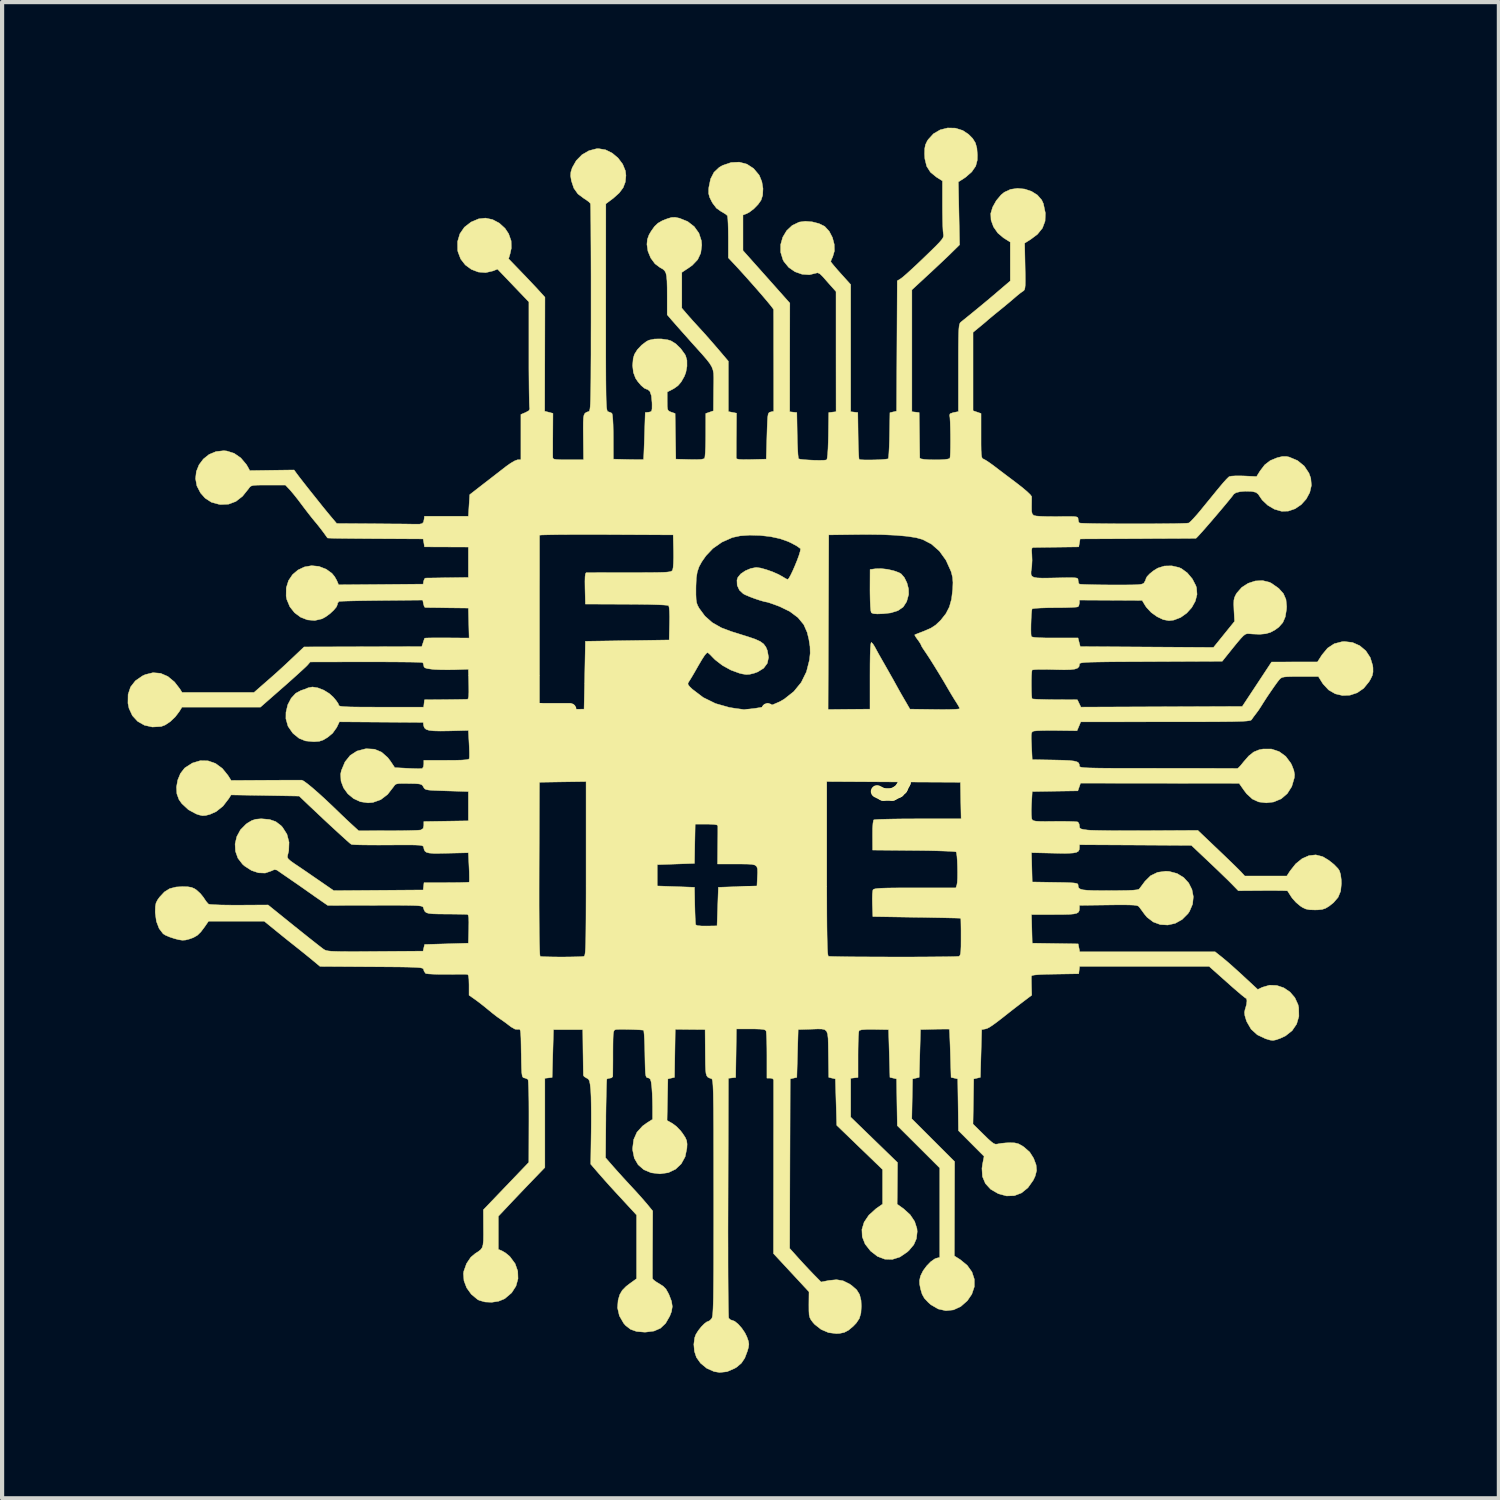
<source format=kicad_pcb>
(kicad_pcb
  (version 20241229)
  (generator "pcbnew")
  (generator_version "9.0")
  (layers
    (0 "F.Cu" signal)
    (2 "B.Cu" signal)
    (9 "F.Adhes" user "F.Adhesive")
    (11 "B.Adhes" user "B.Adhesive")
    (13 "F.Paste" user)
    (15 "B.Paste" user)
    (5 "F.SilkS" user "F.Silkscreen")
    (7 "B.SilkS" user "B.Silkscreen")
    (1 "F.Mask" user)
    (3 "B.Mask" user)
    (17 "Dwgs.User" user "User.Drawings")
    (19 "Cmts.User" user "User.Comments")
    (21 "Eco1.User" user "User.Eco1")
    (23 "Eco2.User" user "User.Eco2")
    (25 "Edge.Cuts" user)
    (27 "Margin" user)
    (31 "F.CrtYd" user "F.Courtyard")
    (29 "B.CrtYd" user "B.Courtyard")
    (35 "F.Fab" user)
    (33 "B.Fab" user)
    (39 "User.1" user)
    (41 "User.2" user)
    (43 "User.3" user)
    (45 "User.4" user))
  (footprint "FSR_Logo"
    (layer "F.Cu")
    (at 14.88 14.722)
    (property "Reference" "FSR_Logo" (at 0 0 0) (layer "F.SilkS") (effects (font (size 1.524 1.524) (thickness 0.3))))
    (attr through_hole)
    (fp_poly (pts (xy 3.261 -4.179) (xy 3.41 -4.145) (xy 3.534 -4.1) (xy 3.586 -4.07) (xy 3.663 -3.981) (xy 3.725 -3.854) (xy 3.762 -3.712) (xy 3.765 -3.581) (xy 3.764 -3.576) (xy 3.717 -3.407) (xy 3.635 -3.28) (xy 3.51 -3.193) (xy 3.338 -3.139) (xy 3.158 -3.119) (xy 3.018 -3.114) (xy 2.93 -3.12) (xy 2.883 -3.137) (xy 2.872 -3.148) (xy 2.861 -3.193) (xy 2.852 -3.291) (xy 2.846 -3.428) (xy 2.843 -3.592) (xy 2.842 -3.683) (xy 2.844 -4.175) (xy 2.979 -4.193) (xy 3.109 -4.196) (xy 3.261 -4.179)) (stroke (width 0.01) (type solid)) (fill yes) (layer "F.SilkS"))
    (fp_poly (pts (xy 4.88 -14.713) (xy 5.057 -14.657) (xy 5.193 -14.567) (xy 5.293 -14.466) (xy 5.359 -14.36) (xy 5.394 -14.234) (xy 5.406 -14.072) (xy 5.403 -13.947) (xy 5.366 -13.806) (xy 5.271 -13.668) (xy 5.123 -13.539) (xy 5.072 -13.505) (xy 4.951 -13.428) (xy 4.966 -12.677) (xy 4.981 -11.927) (xy 4.8 -11.749) (xy 4.713 -11.664) (xy 4.592 -11.549) (xy 4.45 -11.416) (xy 4.302 -11.277) (xy 4.231 -11.212) (xy 3.842 -10.852) (xy 3.842 -7.942) (xy 3.929 -7.932) (xy 4.016 -7.922) (xy 4.023 -7.398) (xy 4.025 -7.22) (xy 4.027 -7.063) (xy 4.029 -6.938) (xy 4.03 -6.858) (xy 4.031 -6.834) (xy 4.06 -6.817) (xy 4.138 -6.804) (xy 4.249 -6.796) (xy 4.376 -6.793) (xy 4.505 -6.794) (xy 4.621 -6.801) (xy 4.707 -6.813) (xy 4.749 -6.83) (xy 4.749 -6.83) (xy 4.756 -6.873) (xy 4.761 -6.966) (xy 4.764 -7.094) (xy 4.765 -7.245) (xy 4.764 -7.405) (xy 4.761 -7.559) (xy 4.757 -7.695) (xy 4.751 -7.798) (xy 4.743 -7.856) (xy 4.742 -7.859) (xy 4.755 -7.895) (xy 4.829 -7.921) (xy 4.839 -7.923) (xy 4.953 -7.945) (xy 4.953 -8.989) (xy 4.953 -9.276) (xy 4.954 -9.506) (xy 4.956 -9.686) (xy 4.959 -9.822) (xy 4.964 -9.921) (xy 4.971 -9.989) (xy 4.981 -10.034) (xy 4.993 -10.061) (xy 5.008 -10.078) (xy 5.009 -10.079) (xy 5.057 -10.118) (xy 5.141 -10.186) (xy 5.245 -10.27) (xy 5.302 -10.317) (xy 5.423 -10.416) (xy 5.573 -10.54) (xy 5.731 -10.672) (xy 5.866 -10.787) (xy 6.191 -11.064) (xy 6.191 -11.992) (xy 6.031 -12.092) (xy 5.894 -12.208) (xy 5.791 -12.355) (xy 5.732 -12.518) (xy 5.725 -12.675) (xy 5.77 -12.826) (xy 5.857 -12.982) (xy 5.972 -13.119) (xy 6.049 -13.182) (xy 6.198 -13.251) (xy 6.365 -13.275) (xy 6.536 -13.258) (xy 6.699 -13.203) (xy 6.838 -13.116) (xy 6.941 -12.998) (xy 6.982 -12.909) (xy 7.029 -12.685) (xy 7.022 -12.493) (xy 6.959 -12.325) (xy 6.839 -12.177) (xy 6.676 -12.055) (xy 6.534 -11.966) (xy 6.545 -11.41) (xy 6.549 -11.209) (xy 6.55 -11.063) (xy 6.548 -10.961) (xy 6.541 -10.895) (xy 6.53 -10.855) (xy 6.513 -10.832) (xy 6.495 -10.82) (xy 6.436 -10.779) (xy 6.354 -10.713) (xy 6.304 -10.67) (xy 6.222 -10.599) (xy 6.108 -10.504) (xy 5.983 -10.401) (xy 5.921 -10.351) (xy 5.814 -10.264) (xy 5.726 -10.191) (xy 5.668 -10.143) (xy 5.652 -10.129) (xy 5.621 -10.101) (xy 5.555 -10.045) (xy 5.469 -9.974) (xy 5.302 -9.837) (xy 5.302 -7.966) (xy 5.493 -7.9) (xy 5.493 -7.365) (xy 5.493 -7.168) (xy 5.495 -7.026) (xy 5.5 -6.929) (xy 5.508 -6.868) (xy 5.521 -6.833) (xy 5.54 -6.817) (xy 5.552 -6.812) (xy 5.605 -6.784) (xy 5.69 -6.728) (xy 5.79 -6.656) (xy 5.798 -6.65) (xy 5.896 -6.575) (xy 6.028 -6.475) (xy 6.178 -6.362) (xy 6.328 -6.249) (xy 6.342 -6.238) (xy 6.481 -6.13) (xy 6.592 -6.036) (xy 6.668 -5.963) (xy 6.701 -5.918) (xy 6.702 -5.914) (xy 6.702 -5.852) (xy 6.701 -5.752) (xy 6.7 -5.678) (xy 6.701 -5.569) (xy 6.714 -5.506) (xy 6.745 -5.471) (xy 6.756 -5.465) (xy 6.812 -5.452) (xy 6.921 -5.444) (xy 7.075 -5.439) (xy 7.263 -5.438) (xy 7.314 -5.438) (xy 7.501 -5.441) (xy 7.634 -5.441) (xy 7.722 -5.438) (xy 7.775 -5.43) (xy 7.801 -5.417) (xy 7.81 -5.397) (xy 7.811 -5.376) (xy 7.823 -5.312) (xy 7.842 -5.286) (xy 7.881 -5.281) (xy 7.976 -5.277) (xy 8.117 -5.273) (xy 8.297 -5.27) (xy 8.507 -5.268) (xy 8.74 -5.266) (xy 8.986 -5.265) (xy 9.237 -5.265) (xy 9.485 -5.265) (xy 9.722 -5.267) (xy 9.94 -5.269) (xy 10.129 -5.271) (xy 10.283 -5.275) (xy 10.392 -5.279) (xy 10.448 -5.284) (xy 10.453 -5.285) (xy 10.493 -5.318) (xy 10.563 -5.39) (xy 10.653 -5.49) (xy 10.753 -5.609) (xy 10.754 -5.611) (xy 10.873 -5.757) (xy 11 -5.912) (xy 11.117 -6.056) (xy 11.186 -6.139) (xy 11.273 -6.243) (xy 11.35 -6.328) (xy 11.405 -6.382) (xy 11.42 -6.393) (xy 11.472 -6.404) (xy 11.57 -6.41) (xy 11.698 -6.41) (xy 11.771 -6.408) (xy 12.072 -6.394) (xy 12.152 -6.523) (xy 12.266 -6.673) (xy 12.398 -6.775) (xy 12.563 -6.843) (xy 12.687 -6.873) (xy 12.787 -6.873) (xy 12.849 -6.86) (xy 13.049 -6.776) (xy 13.209 -6.646) (xy 13.322 -6.476) (xy 13.366 -6.355) (xy 13.381 -6.183) (xy 13.342 -6.014) (xy 13.258 -5.858) (xy 13.139 -5.725) (xy 12.992 -5.625) (xy 12.828 -5.569) (xy 12.669 -5.565) (xy 12.499 -5.614) (xy 12.338 -5.709) (xy 12.207 -5.833) (xy 12.168 -5.889) (xy 12.112 -5.972) (xy 12.059 -6.015) (xy 11.982 -6.035) (xy 11.928 -6.041) (xy 11.8 -6.044) (xy 11.678 -6.033) (xy 11.581 -6.009) (xy 11.529 -5.976) (xy 11.529 -5.976) (xy 11.488 -5.92) (xy 11.416 -5.831) (xy 11.322 -5.717) (xy 11.212 -5.586) (xy 11.094 -5.447) (xy 10.975 -5.308) (xy 10.863 -5.179) (xy 10.764 -5.067) (xy 10.686 -4.981) (xy 10.637 -4.93) (xy 10.623 -4.919) (xy 10.585 -4.919) (xy 10.49 -4.918) (xy 10.345 -4.917) (xy 10.157 -4.916) (xy 9.932 -4.915) (xy 9.676 -4.914) (xy 9.398 -4.912) (xy 9.224 -4.911) (xy 7.859 -4.905) (xy 7.826 -4.715) (xy 7.302 -4.708) (xy 7.124 -4.706) (xy 6.966 -4.704) (xy 6.84 -4.702) (xy 6.759 -4.701) (xy 6.734 -4.7) (xy 6.709 -4.684) (xy 6.701 -4.631) (xy 6.707 -4.532) (xy 6.712 -4.396) (xy 6.705 -4.253) (xy 6.699 -4.207) (xy 6.687 -4.122) (xy 6.687 -4.059) (xy 6.707 -4.016) (xy 6.754 -3.989) (xy 6.836 -3.974) (xy 6.961 -3.969) (xy 7.136 -3.971) (xy 7.278 -3.974) (xy 7.473 -3.978) (xy 7.613 -3.98) (xy 7.708 -3.978) (xy 7.766 -3.973) (xy 7.797 -3.961) (xy 7.809 -3.944) (xy 7.81 -3.919) (xy 7.811 -3.916) (xy 7.822 -3.852) (xy 7.84 -3.827) (xy 7.879 -3.822) (xy 7.972 -3.817) (xy 8.11 -3.813) (xy 8.284 -3.809) (xy 8.484 -3.807) (xy 8.608 -3.806) (xy 8.845 -3.806) (xy 9.026 -3.807) (xy 9.16 -3.809) (xy 9.254 -3.814) (xy 9.316 -3.822) (xy 9.355 -3.834) (xy 9.379 -3.849) (xy 9.388 -3.86) (xy 9.422 -3.921) (xy 9.43 -3.953) (xy 9.455 -4.003) (xy 9.519 -4.071) (xy 9.608 -4.143) (xy 9.706 -4.204) (xy 9.716 -4.209) (xy 9.871 -4.258) (xy 10.047 -4.262) (xy 10.219 -4.223) (xy 10.279 -4.196) (xy 10.418 -4.094) (xy 10.538 -3.951) (xy 10.622 -3.789) (xy 10.638 -3.739) (xy 10.65 -3.58) (xy 10.609 -3.419) (xy 10.524 -3.266) (xy 10.404 -3.133) (xy 10.258 -3.029) (xy 10.096 -2.967) (xy 9.98 -2.953) (xy 9.844 -2.978) (xy 9.697 -3.048) (xy 9.557 -3.148) (xy 9.445 -3.268) (xy 9.415 -3.311) (xy 9.34 -3.437) (xy 8.591 -3.441) (xy 7.842 -3.445) (xy 7.842 -3.375) (xy 7.828 -3.31) (xy 7.807 -3.284) (xy 7.765 -3.277) (xy 7.671 -3.271) (xy 7.536 -3.266) (xy 7.372 -3.263) (xy 7.251 -3.263) (xy 7.072 -3.261) (xy 6.919 -3.256) (xy 6.8 -3.249) (xy 6.729 -3.24) (xy 6.712 -3.233) (xy 6.703 -3.189) (xy 6.695 -3.099) (xy 6.689 -2.981) (xy 6.685 -2.852) (xy 6.684 -2.731) (xy 6.686 -2.635) (xy 6.692 -2.581) (xy 6.692 -2.58) (xy 6.715 -2.564) (xy 6.775 -2.553) (xy 6.879 -2.546) (xy 7.033 -2.541) (xy 7.244 -2.54) (xy 7.257 -2.54) (xy 7.809 -2.54) (xy 7.835 -2.437) (xy 7.862 -2.334) (xy 9.453 -2.324) (xy 11.043 -2.314) (xy 11.295 -2.626) (xy 11.547 -2.937) (xy 11.532 -3.209) (xy 11.527 -3.346) (xy 11.53 -3.439) (xy 11.545 -3.507) (xy 11.575 -3.57) (xy 11.601 -3.614) (xy 11.719 -3.748) (xy 11.87 -3.845) (xy 12.041 -3.901) (xy 12.216 -3.91) (xy 12.38 -3.87) (xy 12.432 -3.843) (xy 12.601 -3.724) (xy 12.713 -3.599) (xy 12.774 -3.458) (xy 12.79 -3.289) (xy 12.786 -3.224) (xy 12.757 -3.044) (xy 12.699 -2.908) (xy 12.603 -2.799) (xy 12.51 -2.731) (xy 12.404 -2.674) (xy 12.289 -2.641) (xy 12.151 -2.628) (xy 11.973 -2.635) (xy 11.887 -2.642) (xy 11.845 -2.642) (xy 11.804 -2.628) (xy 11.757 -2.593) (xy 11.695 -2.528) (xy 11.609 -2.427) (xy 11.52 -2.318) (xy 11.252 -1.984) (xy 9.547 -1.976) (xy 9.175 -1.974) (xy 8.861 -1.973) (xy 8.601 -1.971) (xy 8.389 -1.968) (xy 8.221 -1.965) (xy 8.092 -1.962) (xy 7.996 -1.957) (xy 7.928 -1.951) (xy 7.884 -1.944) (xy 7.858 -1.935) (xy 7.846 -1.924) (xy 7.842 -1.912) (xy 7.842 -1.906) (xy 7.833 -1.857) (xy 7.799 -1.821) (xy 7.733 -1.797) (xy 7.629 -1.784) (xy 7.478 -1.78) (xy 7.273 -1.784) (xy 7.217 -1.786) (xy 7.035 -1.79) (xy 6.885 -1.79) (xy 6.776 -1.785) (xy 6.718 -1.777) (xy 6.712 -1.773) (xy 6.704 -1.73) (xy 6.698 -1.641) (xy 6.695 -1.524) (xy 6.695 -1.395) (xy 6.697 -1.27) (xy 6.701 -1.167) (xy 6.708 -1.101) (xy 6.712 -1.088) (xy 6.748 -1.082) (xy 6.837 -1.076) (xy 6.967 -1.072) (xy 7.129 -1.068) (xy 7.262 -1.067) (xy 7.794 -1.064) (xy 7.836 -0.976) (xy 7.878 -0.889) (xy 9.804 -0.897) (xy 11.73 -0.905) (xy 12.08 -1.435) (xy 12.43 -1.966) (xy 12.978 -1.967) (xy 13.526 -1.968) (xy 13.633 -2.135) (xy 13.767 -2.297) (xy 13.926 -2.402) (xy 14.114 -2.451) (xy 14.169 -2.455) (xy 14.363 -2.432) (xy 14.536 -2.355) (xy 14.681 -2.233) (xy 14.786 -2.073) (xy 14.844 -1.884) (xy 14.851 -1.829) (xy 14.852 -1.727) (xy 14.835 -1.644) (xy 14.79 -1.551) (xy 14.756 -1.494) (xy 14.629 -1.338) (xy 14.474 -1.231) (xy 14.302 -1.174) (xy 14.124 -1.166) (xy 13.95 -1.207) (xy 13.792 -1.299) (xy 13.66 -1.441) (xy 13.642 -1.468) (xy 13.548 -1.619) (xy 13.114 -1.619) (xy 12.939 -1.619) (xy 12.816 -1.616) (xy 12.734 -1.609) (xy 12.681 -1.597) (xy 12.646 -1.577) (xy 12.617 -1.548) (xy 12.617 -1.548) (xy 12.568 -1.486) (xy 12.496 -1.386) (xy 12.411 -1.263) (xy 12.322 -1.132) (xy 12.242 -1.008) (xy 12.18 -0.909) (xy 12.118 -0.814) (xy 12.053 -0.727) (xy 11.996 -0.652) (xy 11.954 -0.591) (xy 11.943 -0.58) (xy 11.923 -0.571) (xy 11.887 -0.564) (xy 11.832 -0.557) (xy 11.752 -0.552) (xy 11.645 -0.548) (xy 11.503 -0.544) (xy 11.324 -0.542) (xy 11.103 -0.54) (xy 10.834 -0.539) (xy 10.514 -0.538) (xy 10.137 -0.538) (xy 9.898 -0.538) (xy 7.874 -0.537) (xy 7.83 -0.431) (xy 7.785 -0.325) (xy 7.298 -0.331) (xy 7.124 -0.332) (xy 6.968 -0.33) (xy 6.845 -0.326) (xy 6.766 -0.319) (xy 6.747 -0.315) (xy 6.719 -0.301) (xy 6.701 -0.275) (xy 6.693 -0.224) (xy 6.692 -0.136) (xy 6.698 0.001) (xy 6.699 0.036) (xy 6.715 0.365) (xy 7.237 0.374) (xy 7.449 0.379) (xy 7.605 0.386) (xy 7.715 0.399) (xy 7.785 0.418) (xy 7.824 0.445) (xy 7.84 0.483) (xy 7.842 0.512) (xy 7.844 0.524) (xy 7.853 0.535) (xy 7.874 0.544) (xy 7.911 0.551) (xy 7.97 0.557) (xy 8.054 0.562) (xy 8.17 0.565) (xy 8.321 0.568) (xy 8.512 0.57) (xy 8.749 0.571) (xy 9.035 0.571) (xy 9.376 0.571) (xy 9.716 0.572) (xy 10.055 0.572) (xy 10.375 0.572) (xy 10.671 0.572) (xy 10.936 0.573) (xy 11.166 0.574) (xy 11.354 0.574) (xy 11.495 0.575) (xy 11.583 0.576) (xy 11.613 0.577) (xy 11.643 0.557) (xy 11.698 0.498) (xy 11.763 0.417) (xy 11.886 0.276) (xy 12.003 0.183) (xy 12.132 0.13) (xy 12.228 0.111) (xy 12.429 0.112) (xy 12.611 0.173) (xy 12.767 0.286) (xy 12.889 0.449) (xy 12.914 0.499) (xy 12.962 0.623) (xy 12.979 0.722) (xy 12.973 0.799) (xy 12.912 1.007) (xy 12.805 1.176) (xy 12.659 1.301) (xy 12.479 1.376) (xy 12.303 1.397) (xy 12.123 1.375) (xy 11.971 1.305) (xy 11.835 1.18) (xy 11.77 1.094) (xy 11.655 0.93) (xy 9.762 0.928) (xy 7.869 0.926) (xy 7.837 1.018) (xy 7.805 1.11) (xy 7.26 1.118) (xy 6.715 1.127) (xy 6.698 1.429) (xy 6.693 1.567) (xy 6.695 1.685) (xy 6.702 1.766) (xy 6.708 1.788) (xy 6.723 1.809) (xy 6.751 1.824) (xy 6.802 1.834) (xy 6.885 1.839) (xy 7.009 1.841) (xy 7.185 1.84) (xy 7.253 1.839) (xy 7.43 1.838) (xy 7.585 1.84) (xy 7.708 1.844) (xy 7.785 1.85) (xy 7.807 1.855) (xy 7.835 1.901) (xy 7.842 1.95) (xy 7.848 1.992) (xy 7.876 2.017) (xy 7.941 2.033) (xy 8.038 2.046) (xy 8.114 2.051) (xy 8.245 2.055) (xy 8.423 2.058) (xy 8.639 2.061) (xy 8.885 2.062) (xy 9.153 2.062) (xy 9.433 2.061) (xy 9.452 2.061) (xy 10.67 2.054) (xy 11.15 2.511) (xy 11.3 2.654) (xy 11.439 2.788) (xy 11.558 2.903) (xy 11.649 2.993) (xy 11.704 3.049) (xy 11.71 3.056) (xy 11.79 3.143) (xy 12.794 3.143) (xy 12.871 3.024) (xy 13.006 2.853) (xy 13.159 2.729) (xy 13.322 2.657) (xy 13.486 2.639) (xy 13.644 2.679) (xy 13.662 2.687) (xy 13.797 2.769) (xy 13.921 2.868) (xy 14.016 2.966) (xy 14.05 3.018) (xy 14.078 3.107) (xy 14.094 3.235) (xy 14.097 3.323) (xy 14.079 3.505) (xy 14.018 3.653) (xy 13.908 3.781) (xy 13.804 3.863) (xy 13.72 3.914) (xy 13.639 3.941) (xy 13.534 3.952) (xy 13.462 3.953) (xy 13.337 3.949) (xy 13.247 3.931) (xy 13.168 3.894) (xy 13.114 3.858) (xy 13.014 3.774) (xy 12.924 3.674) (xy 12.898 3.636) (xy 12.849 3.559) (xy 12.817 3.508) (xy 12.81 3.498) (xy 12.777 3.495) (xy 12.69 3.492) (xy 12.561 3.491) (xy 12.398 3.49) (xy 12.218 3.491) (xy 11.636 3.495) (xy 11.477 3.332) (xy 11.4 3.254) (xy 11.287 3.145) (xy 11.153 3.015) (xy 11.007 2.876) (xy 10.917 2.791) (xy 10.516 2.412) (xy 9.179 2.404) (xy 7.842 2.397) (xy 7.842 2.465) (xy 7.837 2.516) (xy 7.816 2.553) (xy 7.77 2.579) (xy 7.693 2.594) (xy 7.575 2.601) (xy 7.409 2.602) (xy 7.222 2.598) (xy 6.697 2.586) (xy 6.715 3.286) (xy 7.263 3.295) (xy 7.462 3.298) (xy 7.606 3.303) (xy 7.704 3.309) (xy 7.765 3.318) (xy 7.797 3.33) (xy 7.809 3.348) (xy 7.811 3.36) (xy 7.814 3.402) (xy 7.831 3.434) (xy 7.868 3.457) (xy 7.932 3.474) (xy 8.031 3.484) (xy 8.173 3.49) (xy 8.365 3.492) (xy 8.562 3.493) (xy 8.805 3.491) (xy 8.99 3.488) (xy 9.124 3.482) (xy 9.211 3.473) (xy 9.259 3.46) (xy 9.269 3.453) (xy 9.306 3.406) (xy 9.364 3.328) (xy 9.407 3.27) (xy 9.541 3.137) (xy 9.71 3.055) (xy 9.904 3.029) (xy 9.985 3.034) (xy 10.174 3.084) (xy 10.331 3.179) (xy 10.451 3.31) (xy 10.529 3.466) (xy 10.562 3.638) (xy 10.544 3.815) (xy 10.471 3.987) (xy 10.434 4.042) (xy 10.293 4.183) (xy 10.129 4.274) (xy 9.952 4.313) (xy 9.773 4.303) (xy 9.605 4.241) (xy 9.457 4.128) (xy 9.396 4.055) (xy 9.333 3.968) (xy 9.28 3.897) (xy 9.261 3.873) (xy 9.239 3.858) (xy 9.199 3.846) (xy 9.132 3.838) (xy 9.03 3.834) (xy 8.885 3.832) (xy 8.691 3.833) (xy 8.532 3.835) (xy 7.842 3.844) (xy 7.842 3.916) (xy 7.838 3.967) (xy 7.82 4.005) (xy 7.78 4.032) (xy 7.709 4.049) (xy 7.6 4.059) (xy 7.444 4.063) (xy 7.233 4.064) (xy 7.232 4.064) (xy 6.697 4.064) (xy 6.706 4.405) (xy 6.715 4.747) (xy 7.812 4.764) (xy 7.831 4.859) (xy 7.85 4.953) (xy 11.082 4.953) (xy 11.252 5.088) (xy 11.34 5.161) (xy 11.459 5.264) (xy 11.595 5.386) (xy 11.735 5.513) (xy 11.761 5.538) (xy 12.1 5.852) (xy 12.21 5.8) (xy 12.382 5.75) (xy 12.556 5.757) (xy 12.722 5.813) (xy 12.869 5.912) (xy 12.986 6.048) (xy 13.062 6.214) (xy 13.078 6.287) (xy 13.082 6.494) (xy 13.028 6.679) (xy 12.92 6.837) (xy 12.761 6.962) (xy 12.638 7.019) (xy 12.536 7.055) (xy 12.465 7.069) (xy 12.395 7.061) (xy 12.298 7.032) (xy 12.287 7.029) (xy 12.091 6.936) (xy 11.941 6.8) (xy 11.838 6.622) (xy 11.825 6.586) (xy 11.792 6.476) (xy 11.784 6.398) (xy 11.798 6.326) (xy 11.805 6.308) (xy 11.832 6.209) (xy 11.842 6.124) (xy 11.832 6.072) (xy 11.819 6.064) (xy 11.789 6.044) (xy 11.719 5.988) (xy 11.619 5.903) (xy 11.495 5.796) (xy 11.368 5.683) (xy 10.94 5.302) (xy 9.393 5.302) (xy 7.846 5.302) (xy 7.836 5.39) (xy 7.826 5.477) (xy 7.263 5.486) (xy 7.046 5.49) (xy 6.886 5.497) (xy 6.779 5.506) (xy 6.717 5.517) (xy 6.696 5.532) (xy 6.696 5.533) (xy 6.695 5.583) (xy 6.696 5.676) (xy 6.698 5.781) (xy 6.704 5.989) (xy 6.519 6.129) (xy 6.395 6.223) (xy 6.263 6.325) (xy 6.172 6.396) (xy 6 6.532) (xy 5.869 6.633) (xy 5.771 6.704) (xy 5.7 6.751) (xy 5.647 6.779) (xy 5.605 6.793) (xy 5.596 6.795) (xy 5.509 6.811) (xy 5.477 7.951) (xy 5.318 7.988) (xy 5.31 8.526) (xy 5.301 9.065) (xy 5.554 9.315) (xy 5.666 9.424) (xy 5.745 9.494) (xy 5.8 9.533) (xy 5.844 9.547) (xy 5.885 9.543) (xy 5.896 9.54) (xy 5.977 9.526) (xy 6.092 9.515) (xy 6.175 9.512) (xy 6.295 9.515) (xy 6.383 9.536) (xy 6.471 9.583) (xy 6.52 9.616) (xy 6.655 9.735) (xy 6.749 9.883) (xy 6.75 9.886) (xy 6.808 10.041) (xy 6.82 10.175) (xy 6.786 10.309) (xy 6.739 10.408) (xy 6.613 10.586) (xy 6.461 10.71) (xy 6.289 10.776) (xy 6.102 10.782) (xy 5.904 10.728) (xy 5.903 10.727) (xy 5.722 10.622) (xy 5.597 10.485) (xy 5.527 10.319) (xy 5.515 10.125) (xy 5.529 10.024) (xy 5.566 9.837) (xy 5.26 9.53) (xy 4.954 9.223) (xy 4.946 8.606) (xy 4.937 7.988) (xy 4.778 7.951) (xy 4.761 7.381) (xy 4.755 7.197) (xy 4.749 7.038) (xy 4.744 6.912) (xy 4.739 6.829) (xy 4.737 6.801) (xy 4.705 6.798) (xy 4.622 6.798) (xy 4.503 6.799) (xy 4.389 6.801) (xy 4.048 6.81) (xy 4.032 7.38) (xy 4.016 7.951) (xy 3.937 7.969) (xy 3.858 7.988) (xy 3.849 8.464) (xy 3.84 8.94) (xy 4.862 9.962) (xy 4.859 11.088) (xy 4.856 12.214) (xy 4.994 12.301) (xy 5.162 12.438) (xy 5.276 12.597) (xy 5.333 12.77) (xy 5.333 12.95) (xy 5.273 13.128) (xy 5.166 13.285) (xy 5.007 13.424) (xy 4.834 13.503) (xy 4.653 13.522) (xy 4.471 13.481) (xy 4.295 13.379) (xy 4.233 13.324) (xy 4.141 13.226) (xy 4.086 13.127) (xy 4.05 13.006) (xy 4.027 12.889) (xy 4.024 12.803) (xy 4.042 12.719) (xy 4.054 12.681) (xy 4.11 12.568) (xy 4.195 12.453) (xy 4.292 12.353) (xy 4.388 12.285) (xy 4.428 12.269) (xy 4.508 12.249) (xy 4.508 10.115) (xy 4.001 9.609) (xy 3.494 9.104) (xy 3.485 8.546) (xy 3.477 7.988) (xy 3.397 7.969) (xy 3.318 7.951) (xy 3.302 7.382) (xy 3.286 6.812) (xy 2.945 6.806) (xy 2.765 6.806) (xy 2.646 6.814) (xy 2.586 6.831) (xy 2.58 6.837) (xy 2.572 6.88) (xy 2.565 6.975) (xy 2.56 7.11) (xy 2.557 7.276) (xy 2.556 7.414) (xy 2.556 7.953) (xy 2.469 7.963) (xy 2.381 7.973) (xy 2.381 8.9) (xy 3.499 9.985) (xy 3.495 10.482) (xy 3.49 10.978) (xy 3.645 11.089) (xy 3.8 11.23) (xy 3.908 11.391) (xy 3.963 11.562) (xy 3.969 11.635) (xy 3.95 11.803) (xy 3.888 11.946) (xy 3.775 12.081) (xy 3.733 12.12) (xy 3.557 12.24) (xy 3.377 12.297) (xy 3.196 12.292) (xy 3.021 12.226) (xy 2.855 12.097) (xy 2.725 11.931) (xy 2.657 11.758) (xy 2.649 11.582) (xy 2.702 11.408) (xy 2.814 11.242) (xy 2.985 11.087) (xy 3.015 11.066) (xy 3.143 10.977) (xy 3.143 10.153) (xy 3.024 10.037) (xy 2.962 9.978) (xy 2.865 9.884) (xy 2.742 9.765) (xy 2.602 9.631) (xy 2.476 9.509) (xy 2.048 9.096) (xy 2.032 8.542) (xy 2.016 7.988) (xy 1.857 7.951) (xy 1.849 7.389) (xy 1.846 7.179) (xy 1.842 7.025) (xy 1.83 6.917) (xy 1.805 6.849) (xy 1.76 6.811) (xy 1.688 6.796) (xy 1.586 6.795) (xy 1.445 6.8) (xy 1.413 6.801) (xy 1.127 6.81) (xy 1.111 7.38) (xy 1.095 7.951) (xy 0.937 7.988) (xy 0.93 10.011) (xy 0.924 12.034) (xy 1.145 12.28) (xy 1.259 12.405) (xy 1.378 12.532) (xy 1.483 12.642) (xy 1.521 12.681) (xy 1.675 12.837) (xy 1.862 12.8) (xy 2.043 12.782) (xy 2.199 12.808) (xy 2.353 12.884) (xy 2.407 12.922) (xy 2.523 13.023) (xy 2.593 13.135) (xy 2.628 13.275) (xy 2.635 13.414) (xy 2.625 13.58) (xy 2.587 13.708) (xy 2.513 13.819) (xy 2.44 13.895) (xy 2.329 13.988) (xy 2.228 14.041) (xy 2.113 14.065) (xy 2.039 14.069) (xy 1.853 14.046) (xy 1.674 13.969) (xy 1.52 13.848) (xy 1.478 13.8) (xy 1.433 13.74) (xy 1.405 13.686) (xy 1.389 13.621) (xy 1.384 13.529) (xy 1.383 13.392) (xy 1.383 13.375) (xy 1.386 13.072) (xy 0.538 12.158) (xy 0.54 10.103) (xy 0.54 9.747) (xy 0.54 9.409) (xy 0.541 9.095) (xy 0.541 8.811) (xy 0.541 8.561) (xy 0.541 8.35) (xy 0.541 8.186) (xy 0.541 8.072) (xy 0.541 8.015) (xy 0.541 8.009) (xy 0.513 7.979) (xy 0.46 7.969) (xy 0.381 7.969) (xy 0.381 7.432) (xy 0.38 7.251) (xy 0.377 7.09) (xy 0.372 6.96) (xy 0.366 6.874) (xy 0.362 6.845) (xy 0.343 6.822) (xy 0.299 6.807) (xy 0.221 6.799) (xy 0.096 6.795) (xy -0.003 6.795) (xy -0.348 6.795) (xy -0.356 7.374) (xy -0.365 7.953) (xy -0.452 7.963) (xy -0.539 7.973) (xy -0.547 10.815) (xy -0.548 11.235) (xy -0.549 11.637) (xy -0.548 12.017) (xy -0.548 12.37) (xy -0.547 12.692) (xy -0.545 12.977) (xy -0.543 13.222) (xy -0.54 13.422) (xy -0.537 13.571) (xy -0.534 13.666) (xy -0.53 13.702) (xy -0.483 13.743) (xy -0.459 13.748) (xy -0.39 13.774) (xy -0.306 13.842) (xy -0.22 13.939) (xy -0.145 14.049) (xy -0.098 14.145) (xy -0.062 14.247) (xy -0.05 14.321) (xy -0.06 14.398) (xy -0.084 14.484) (xy -0.147 14.652) (xy -0.228 14.774) (xy -0.341 14.87) (xy -0.389 14.899) (xy -0.571 14.978) (xy -0.748 14.997) (xy -0.881 14.975) (xy -1.055 14.898) (xy -1.204 14.775) (xy -1.302 14.637) (xy -1.35 14.491) (xy -1.364 14.325) (xy -1.344 14.168) (xy -1.314 14.087) (xy -1.259 13.999) (xy -1.187 13.908) (xy -1.113 13.833) (xy -1.05 13.786) (xy -1.027 13.78) (xy -0.981 13.756) (xy -0.938 13.709) (xy -0.929 13.691) (xy -0.922 13.662) (xy -0.915 13.618) (xy -0.91 13.555) (xy -0.905 13.469) (xy -0.901 13.356) (xy -0.897 13.212) (xy -0.895 13.033) (xy -0.893 12.816) (xy -0.891 12.556) (xy -0.89 12.25) (xy -0.89 11.894) (xy -0.889 11.483) (xy -0.889 11.015) (xy -0.889 10.818) (xy -0.89 10.33) (xy -0.89 9.901) (xy -0.891 9.528) (xy -0.891 9.207) (xy -0.893 8.933) (xy -0.894 8.704) (xy -0.897 8.515) (xy -0.899 8.362) (xy -0.903 8.242) (xy -0.907 8.15) (xy -0.912 8.083) (xy -0.918 8.037) (xy -0.925 8.007) (xy -0.933 7.99) (xy -0.942 7.983) (xy -0.945 7.982) (xy -0.995 7.965) (xy -1.032 7.945) (xy -1.057 7.911) (xy -1.074 7.855) (xy -1.083 7.767) (xy -1.088 7.638) (xy -1.09 7.459) (xy -1.091 7.365) (xy -1.095 6.81) (xy -1.452 6.807) (xy -1.808 6.803) (xy -1.817 7.377) (xy -1.826 7.951) (xy -1.905 7.969) (xy -1.984 7.988) (xy -2.004 8.979) (xy -1.875 9.052) (xy -1.782 9.121) (xy -1.684 9.222) (xy -1.631 9.291) (xy -1.567 9.389) (xy -1.535 9.464) (xy -1.525 9.544) (xy -1.53 9.644) (xy -1.572 9.847) (xy -1.665 10.016) (xy -1.8 10.144) (xy -1.972 10.226) (xy -2.173 10.255) (xy -2.383 10.229) (xy -2.559 10.155) (xy -2.694 10.037) (xy -2.785 9.881) (xy -2.824 9.691) (xy -2.826 9.645) (xy -2.8 9.436) (xy -2.722 9.261) (xy -2.588 9.113) (xy -2.484 9.038) (xy -2.349 8.953) (xy -2.349 8.656) (xy -2.352 8.496) (xy -2.358 8.333) (xy -2.367 8.196) (xy -2.37 8.166) (xy -2.384 8.057) (xy -2.403 7.996) (xy -2.433 7.969) (xy -2.457 7.963) (xy -2.481 7.957) (xy -2.499 7.941) (xy -2.511 7.907) (xy -2.52 7.845) (xy -2.525 7.747) (xy -2.529 7.603) (xy -2.533 7.405) (xy -2.533 7.39) (xy -2.537 7.208) (xy -2.543 7.051) (xy -2.55 6.928) (xy -2.558 6.849) (xy -2.565 6.824) (xy -2.66 6.816) (xy -2.784 6.81) (xy -2.921 6.806) (xy -3.051 6.804) (xy -3.157 6.805) (xy -3.221 6.808) (xy -3.227 6.81) (xy -3.251 6.818) (xy -3.269 6.836) (xy -3.281 6.872) (xy -3.289 6.936) (xy -3.293 7.037) (xy -3.295 7.184) (xy -3.296 7.358) (xy -3.296 7.537) (xy -3.297 7.696) (xy -3.298 7.822) (xy -3.299 7.904) (xy -3.299 7.93) (xy -3.328 7.962) (xy -3.364 7.969) (xy -3.422 7.981) (xy -3.441 7.994) (xy -3.445 8.031) (xy -3.449 8.124) (xy -3.453 8.263) (xy -3.457 8.442) (xy -3.461 8.651) (xy -3.464 8.883) (xy -3.464 8.945) (xy -3.472 9.87) (xy -3.284 10.086) (xy -3.176 10.207) (xy -3.046 10.351) (xy -2.914 10.494) (xy -2.856 10.557) (xy -2.74 10.682) (xy -2.624 10.811) (xy -2.525 10.925) (xy -2.481 10.976) (xy -2.346 11.141) (xy -2.35 11.929) (xy -2.351 12.147) (xy -2.352 12.346) (xy -2.352 12.515) (xy -2.353 12.645) (xy -2.352 12.728) (xy -2.352 12.754) (xy -2.325 12.788) (xy -2.257 12.838) (xy -2.193 12.876) (xy -2.096 12.938) (xy -2.029 13.007) (xy -1.972 13.108) (xy -1.955 13.144) (xy -1.897 13.296) (xy -1.878 13.422) (xy -1.897 13.543) (xy -1.939 13.652) (xy -2.038 13.824) (xy -2.16 13.94) (xy -2.314 14.008) (xy -2.509 14.033) (xy -2.545 14.034) (xy -2.731 14.018) (xy -2.875 13.967) (xy -2.995 13.874) (xy -3.041 13.82) (xy -3.142 13.644) (xy -3.186 13.453) (xy -3.172 13.272) (xy -3.133 13.139) (xy -3.074 13.037) (xy -2.982 12.943) (xy -2.888 12.871) (xy -2.731 12.758) (xy -2.731 11.238) (xy -2.897 11.058) (xy -3.003 10.943) (xy -3.127 10.809) (xy -3.244 10.682) (xy -3.256 10.669) (xy -3.374 10.54) (xy -3.507 10.391) (xy -3.627 10.255) (xy -3.637 10.243) (xy -3.826 10.024) (xy -3.815 9.252) (xy -3.813 9.021) (xy -3.813 8.796) (xy -3.815 8.59) (xy -3.818 8.415) (xy -3.824 8.285) (xy -3.827 8.239) (xy -3.841 8.114) (xy -3.857 8.037) (xy -3.88 7.995) (xy -3.916 7.971) (xy -3.925 7.968) (xy -3.983 7.932) (xy -4.002 7.899) (xy -4.002 7.855) (xy -4.004 7.758) (xy -4.006 7.622) (xy -4.008 7.457) (xy -4.01 7.334) (xy -4.016 6.81) (xy -4.715 6.81) (xy -4.747 7.953) (xy -4.834 7.963) (xy -4.921 7.973) (xy -4.921 10.104) (xy -5.247 10.442) (xy -5.388 10.589) (xy -5.537 10.745) (xy -5.678 10.893) (xy -5.793 11.015) (xy -5.802 11.025) (xy -6.032 11.268) (xy -6.032 12.057) (xy -5.941 12.095) (xy -5.86 12.143) (xy -5.773 12.214) (xy -5.753 12.234) (xy -5.631 12.399) (xy -5.568 12.578) (xy -5.562 12.759) (xy -5.611 12.935) (xy -5.714 13.095) (xy -5.871 13.229) (xy -5.89 13.241) (xy -6.025 13.296) (xy -6.187 13.321) (xy -6.35 13.314) (xy -6.49 13.274) (xy -6.528 13.254) (xy -6.677 13.13) (xy -6.788 12.976) (xy -6.852 12.807) (xy -6.865 12.636) (xy -6.856 12.579) (xy -6.791 12.397) (xy -6.69 12.247) (xy -6.585 12.158) (xy -6.508 12.109) (xy -6.454 12.066) (xy -6.418 12.016) (xy -6.398 11.947) (xy -6.388 11.848) (xy -6.386 11.707) (xy -6.387 11.556) (xy -6.389 11.113) (xy -5.847 10.547) (xy -5.304 9.98) (xy -5.301 9.003) (xy -5.301 8.759) (xy -5.302 8.536) (xy -5.305 8.342) (xy -5.31 8.184) (xy -5.315 8.07) (xy -5.321 8.009) (xy -5.324 8) (xy -5.375 7.974) (xy -5.413 7.964) (xy -5.436 7.957) (xy -5.452 7.939) (xy -5.464 7.901) (xy -5.473 7.835) (xy -5.478 7.732) (xy -5.482 7.583) (xy -5.485 7.38) (xy -5.486 7.37) (xy -5.489 7.165) (xy -5.492 7.015) (xy -5.497 6.912) (xy -5.504 6.847) (xy -5.515 6.813) (xy -5.531 6.801) (xy -5.553 6.803) (xy -5.563 6.806) (xy -5.634 6.8) (xy -5.728 6.746) (xy -5.761 6.721) (xy -5.858 6.647) (xy -5.952 6.58) (xy -5.985 6.558) (xy -6.058 6.507) (xy -6.157 6.431) (xy -6.255 6.351) (xy -6.371 6.256) (xy -6.494 6.16) (xy -6.58 6.096) (xy -6.731 5.99) (xy -6.731 5.741) (xy -6.735 5.603) (xy -6.746 5.522) (xy -6.767 5.491) (xy -6.771 5.491) (xy -6.815 5.49) (xy -6.911 5.49) (xy -7.045 5.49) (xy -7.205 5.491) (xy -7.271 5.491) (xy -7.437 5.491) (xy -7.582 5.487) (xy -7.693 5.481) (xy -7.757 5.473) (xy -7.767 5.47) (xy -7.803 5.42) (xy -7.815 5.382) (xy -7.82 5.366) (xy -7.832 5.352) (xy -7.856 5.342) (xy -7.899 5.333) (xy -7.967 5.327) (xy -8.066 5.322) (xy -8.201 5.318) (xy -8.379 5.315) (xy -8.605 5.313) (xy -8.885 5.311) (xy -9.058 5.31) (xy -10.289 5.302) (xy -10.529 5.103) (xy -10.646 5.008) (xy -10.758 4.918) (xy -10.846 4.848) (xy -10.874 4.826) (xy -10.938 4.775) (xy -11.039 4.695) (xy -11.161 4.597) (xy -11.293 4.49) (xy -11.299 4.485) (xy -11.621 4.223) (xy -12.951 4.223) (xy -13.044 4.358) (xy -13.136 4.48) (xy -13.22 4.561) (xy -13.315 4.615) (xy -13.411 4.649) (xy -13.5 4.672) (xy -13.576 4.677) (xy -13.664 4.664) (xy -13.767 4.637) (xy -13.882 4.599) (xy -13.98 4.557) (xy -14.034 4.524) (xy -14.131 4.397) (xy -14.196 4.226) (xy -14.223 4.026) (xy -14.224 3.993) (xy -14.22 3.872) (xy -14.205 3.788) (xy -14.169 3.716) (xy -14.121 3.649) (xy -14.005 3.524) (xy -13.879 3.445) (xy -13.726 3.406) (xy -13.572 3.397) (xy -13.443 3.401) (xy -13.355 3.416) (xy -13.284 3.447) (xy -13.238 3.478) (xy -13.147 3.561) (xy -13.068 3.659) (xy -13.06 3.673) (xy -13.006 3.752) (xy -12.959 3.807) (xy -12.948 3.815) (xy -12.905 3.823) (xy -12.809 3.829) (xy -12.668 3.835) (xy -12.494 3.838) (xy -12.296 3.839) (xy -12.217 3.839) (xy -11.529 3.835) (xy -10.904 4.339) (xy -10.729 4.479) (xy -10.565 4.61) (xy -10.422 4.723) (xy -10.307 4.813) (xy -10.228 4.874) (xy -10.196 4.897) (xy -10.169 4.912) (xy -10.135 4.924) (xy -10.084 4.933) (xy -10.013 4.94) (xy -9.913 4.944) (xy -9.778 4.947) (xy -9.603 4.948) (xy -9.379 4.948) (xy -9.101 4.946) (xy -8.971 4.945) (xy -7.829 4.937) (xy -7.811 4.858) (xy -7.792 4.778) (xy -7.269 4.763) (xy -6.747 4.747) (xy -6.738 4.405) (xy -6.736 4.245) (xy -6.739 4.14) (xy -6.75 4.081) (xy -6.767 4.06) (xy -6.77 4.06) (xy -6.814 4.058) (xy -6.91 4.056) (xy -7.045 4.054) (xy -7.207 4.052) (xy -7.283 4.052) (xy -7.47 4.05) (xy -7.603 4.046) (xy -7.693 4.036) (xy -7.75 4.019) (xy -7.785 3.99) (xy -7.807 3.947) (xy -7.823 3.897) (xy -7.831 3.882) (xy -7.85 3.87) (xy -7.884 3.86) (xy -7.941 3.853) (xy -8.026 3.848) (xy -8.147 3.845) (xy -8.308 3.843) (xy -8.517 3.842) (xy -8.779 3.842) (xy -8.973 3.843) (xy -10.105 3.845) (xy -10.22 3.766) (xy -10.303 3.708) (xy -10.416 3.63) (xy -10.533 3.547) (xy -10.541 3.542) (xy -10.664 3.455) (xy -10.814 3.35) (xy -10.964 3.247) (xy -11.011 3.214) (xy -11.128 3.134) (xy -11.228 3.065) (xy -11.298 3.016) (xy -11.32 3.001) (xy -11.38 2.991) (xy -11.458 3.025) (xy -11.599 3.073) (xy -11.759 3.067) (xy -11.926 3.011) (xy -12.09 2.905) (xy -12.139 2.862) (xy -12.249 2.719) (xy -12.308 2.553) (xy -12.317 2.377) (xy -12.276 2.202) (xy -12.189 2.041) (xy -12.055 1.905) (xy -12.022 1.881) (xy -11.916 1.818) (xy -11.823 1.788) (xy -11.707 1.778) (xy -11.679 1.778) (xy -11.493 1.794) (xy -11.346 1.845) (xy -11.222 1.939) (xy -11.185 1.979) (xy -11.079 2.146) (xy -11.029 2.336) (xy -11.036 2.541) (xy -11.064 2.656) (xy -11.068 2.695) (xy -11.047 2.735) (xy -10.991 2.785) (xy -10.891 2.856) (xy -10.869 2.87) (xy -10.755 2.947) (xy -10.608 3.047) (xy -10.449 3.157) (xy -10.306 3.255) (xy -9.961 3.493) (xy -8.894 3.485) (xy -7.826 3.477) (xy -7.823 3.445) (xy -5.059 3.445) (xy -5.059 3.855) (xy -5.057 4.207) (xy -5.055 4.5) (xy -5.051 4.732) (xy -5.046 4.903) (xy -5.041 5.013) (xy -5.034 5.06) (xy -5.032 5.062) (xy -4.986 5.068) (xy -4.891 5.072) (xy -4.759 5.075) (xy -4.606 5.077) (xy -4.444 5.077) (xy -4.288 5.075) (xy -4.151 5.072) (xy -4.048 5.068) (xy -3.991 5.062) (xy -3.987 5.061) (xy -3.977 5.052) (xy -3.968 5.031) (xy -3.961 4.994) (xy -3.955 4.936) (xy -3.95 4.852) (xy -3.946 4.738) (xy -3.943 4.59) (xy -3.941 4.403) (xy -3.939 4.172) (xy -3.938 3.894) (xy -3.937 3.563) (xy -3.937 3.175) (xy -3.937 2.964) (xy -3.937 2.873) (xy -2.238 2.873) (xy -2.238 3.381) (xy -1.349 3.413) (xy -1.341 3.842) (xy -1.337 4.002) (xy -1.332 4.141) (xy -1.326 4.245) (xy -1.321 4.302) (xy -1.32 4.307) (xy -1.28 4.327) (xy -1.181 4.337) (xy -1.058 4.338) (xy -0.81 4.334) (xy -0.778 3.413) (xy 0.143 3.381) (xy 0.152 3.191) (xy 0.158 3.066) (xy 0.156 2.976) (xy 0.153 2.966) (xy 1.81 2.966) (xy 1.81 3.398) (xy 1.811 3.77) (xy 1.812 4.086) (xy 1.814 4.35) (xy 1.817 4.566) (xy 1.821 4.737) (xy 1.825 4.868) (xy 1.83 4.961) (xy 1.837 5.022) (xy 1.845 5.053) (xy 1.849 5.059) (xy 1.89 5.063) (xy 1.987 5.066) (xy 2.132 5.069) (xy 2.317 5.072) (xy 2.536 5.074) (xy 2.78 5.075) (xy 3.042 5.076) (xy 3.314 5.077) (xy 3.589 5.077) (xy 3.859 5.077) (xy 4.116 5.076) (xy 4.352 5.074) (xy 4.561 5.072) (xy 4.735 5.07) (xy 4.865 5.067) (xy 4.945 5.063) (xy 4.966 5.061) (xy 4.987 5.044) (xy 5.001 5.006) (xy 5.01 4.938) (xy 5.015 4.828) (xy 5.016 4.668) (xy 5.016 4.6) (xy 5.016 4.441) (xy 5.014 4.306) (xy 5.012 4.207) (xy 5.01 4.157) (xy 5.009 4.152) (xy 4.976 4.15) (xy 4.888 4.147) (xy 4.751 4.144) (xy 4.573 4.14) (xy 4.361 4.136) (xy 4.123 4.131) (xy 3.955 4.129) (xy 2.91 4.112) (xy 2.899 3.816) (xy 2.897 3.681) (xy 2.9 3.568) (xy 2.909 3.492) (xy 2.914 3.474) (xy 2.93 3.46) (xy 2.963 3.45) (xy 3.021 3.441) (xy 3.11 3.435) (xy 3.237 3.431) (xy 3.407 3.428) (xy 3.628 3.427) (xy 3.906 3.427) (xy 3.916 3.427) (xy 4.892 3.427) (xy 4.916 3.356) (xy 4.926 3.295) (xy 4.932 3.191) (xy 4.933 3.061) (xy 4.931 2.92) (xy 4.926 2.785) (xy 4.918 2.67) (xy 4.907 2.592) (xy 4.898 2.567) (xy 4.861 2.561) (xy 4.768 2.554) (xy 4.627 2.548) (xy 4.447 2.542) (xy 4.235 2.537) (xy 3.999 2.534) (xy 3.888 2.533) (xy 2.905 2.524) (xy 2.903 2.175) (xy 2.904 2.006) (xy 2.913 1.884) (xy 2.926 1.814) (xy 2.934 1.802) (xy 2.973 1.797) (xy 3.068 1.791) (xy 3.211 1.787) (xy 3.393 1.783) (xy 3.608 1.78) (xy 3.847 1.779) (xy 3.993 1.778) (xy 5.018 1.778) (xy 5.009 1.341) (xy 5.001 0.905) (xy 3.405 0.897) (xy 1.81 0.888) (xy 1.81 2.966) (xy 0.153 2.966) (xy 0.138 2.917) (xy 0.094 2.882) (xy 0.015 2.864) (xy -0.106 2.858) (xy -0.28 2.857) (xy -0.336 2.857) (xy -0.798 2.857) (xy -0.794 2.421) (xy -0.792 2.258) (xy -0.791 2.117) (xy -0.791 2.011) (xy -0.791 1.951) (xy -0.791 1.945) (xy -0.815 1.923) (xy -0.885 1.911) (xy -1.011 1.905) (xy -1.063 1.905) (xy -1.332 1.905) (xy -1.341 2.373) (xy -1.349 2.842) (xy -2.238 2.873) (xy -3.937 2.873) (xy -3.937 0.888) (xy -4.494 0.896) (xy -5.051 0.905) (xy -5.058 2.977) (xy -5.059 3.445) (xy -7.823 3.445) (xy -7.816 3.389) (xy -7.806 3.302) (xy -7.274 3.302) (xy -7.097 3.301) (xy -6.943 3.299) (xy -6.824 3.296) (xy -6.749 3.292) (xy -6.728 3.289) (xy -6.724 3.254) (xy -6.724 3.169) (xy -6.726 3.048) (xy -6.731 2.932) (xy -6.747 2.588) (xy -7.24 2.599) (xy -7.438 2.603) (xy -7.583 2.603) (xy -7.683 2.595) (xy -7.747 2.578) (xy -7.784 2.55) (xy -7.805 2.508) (xy -7.815 2.461) (xy -7.821 2.442) (xy -7.835 2.427) (xy -7.864 2.416) (xy -7.916 2.408) (xy -7.997 2.404) (xy -8.116 2.401) (xy -8.279 2.401) (xy -8.493 2.402) (xy -8.666 2.403) (xy -8.892 2.404) (xy -9.098 2.403) (xy -9.274 2.401) (xy -9.414 2.398) (xy -9.506 2.393) (xy -9.543 2.387) (xy -9.579 2.359) (xy -9.654 2.293) (xy -9.76 2.197) (xy -9.89 2.078) (xy -10.038 1.942) (xy -10.195 1.796) (xy -10.354 1.646) (xy -10.509 1.5) (xy -10.561 1.451) (xy -10.787 1.235) (xy -11.6 1.221) (xy -12.413 1.207) (xy -12.467 1.294) (xy -12.607 1.476) (xy -12.77 1.606) (xy -12.916 1.671) (xy -13.02 1.698) (xy -13.096 1.703) (xy -13.176 1.685) (xy -13.242 1.663) (xy -13.429 1.563) (xy -13.589 1.414) (xy -13.657 1.318) (xy -13.707 1.181) (xy -13.716 1.019) (xy -13.686 0.851) (xy -13.622 0.696) (xy -13.527 0.573) (xy -13.515 0.561) (xy -13.334 0.445) (xy -13.148 0.39) (xy -12.962 0.394) (xy -12.784 0.456) (xy -12.622 0.575) (xy -12.488 0.74) (xy -12.411 0.862) (xy -11.595 0.857) (xy -11.371 0.856) (xy -11.166 0.855) (xy -10.99 0.854) (xy -10.851 0.854) (xy -10.758 0.854) (xy -10.723 0.855) (xy -10.676 0.878) (xy -10.591 0.94) (xy -10.473 1.036) (xy -10.33 1.161) (xy -10.167 1.309) (xy -9.991 1.475) (xy -9.906 1.557) (xy -9.787 1.672) (xy -9.66 1.793) (xy -9.549 1.896) (xy -9.533 1.911) (xy -9.366 2.064) (xy -8.659 2.063) (xy -8.45 2.062) (xy -8.259 2.06) (xy -8.096 2.056) (xy -7.972 2.052) (xy -7.896 2.046) (xy -7.882 2.044) (xy -7.827 2.009) (xy -7.811 1.935) (xy -7.811 1.934) (xy -7.811 1.843) (xy -6.747 1.826) (xy -6.747 1.127) (xy -7.264 1.111) (xy -7.456 1.105) (xy -7.594 1.099) (xy -7.688 1.092) (xy -7.748 1.081) (xy -7.784 1.066) (xy -7.805 1.044) (xy -7.82 1.018) (xy -7.841 0.982) (xy -7.871 0.959) (xy -7.923 0.945) (xy -8.011 0.938) (xy -8.146 0.935) (xy -8.17 0.935) (xy -8.313 0.933) (xy -8.406 0.936) (xy -8.464 0.946) (xy -8.499 0.966) (xy -8.525 1) (xy -8.533 1.012) (xy -8.676 1.196) (xy -8.84 1.321) (xy -9.026 1.387) (xy -9.144 1.397) (xy -9.325 1.37) (xy -9.489 1.294) (xy -9.626 1.18) (xy -9.728 1.038) (xy -9.788 0.878) (xy -9.797 0.709) (xy -9.78 0.626) (xy -9.693 0.419) (xy -9.569 0.264) (xy -9.407 0.16) (xy -9.209 0.108) (xy -9.179 0.105) (xy -8.987 0.116) (xy -8.82 0.186) (xy -8.673 0.315) (xy -8.609 0.399) (xy -8.504 0.556) (xy -8.197 0.572) (xy -8.06 0.578) (xy -7.946 0.581) (xy -7.87 0.579) (xy -7.85 0.577) (xy -7.822 0.54) (xy -7.811 0.473) (xy -7.811 0.381) (xy -7.274 0.381) (xy -7.064 0.38) (xy -6.91 0.376) (xy -6.807 0.368) (xy -6.747 0.357) (xy -6.726 0.341) (xy -6.722 0.294) (xy -6.722 0.199) (xy -6.726 0.073) (xy -6.73 -0.016) (xy -6.747 -0.333) (xy -7.21 -0.321) (xy -7.42 -0.318) (xy -7.576 -0.322) (xy -7.684 -0.334) (xy -7.755 -0.357) (xy -7.795 -0.392) (xy -7.814 -0.441) (xy -7.816 -0.452) (xy -7.826 -0.524) (xy -8.826 -0.531) (xy -9.827 -0.538) (xy -9.89 -0.404) (xy -9.989 -0.265) (xy -10.108 -0.167) (xy -10.213 -0.104) (xy -10.306 -0.073) (xy -10.421 -0.064) (xy -10.451 -0.064) (xy -10.637 -0.082) (xy -10.788 -0.143) (xy -10.926 -0.255) (xy -10.943 -0.272) (xy -11.053 -0.431) (xy -11.104 -0.612) (xy -11.102 -0.765) (xy -11.059 -0.946) (xy -10.978 -1.101) (xy -10.869 -1.219) (xy -10.741 -1.288) (xy -10.732 -1.29) (xy -10.639 -1.321) (xy -10.573 -1.35) (xy -10.47 -1.37) (xy -10.341 -1.349) (xy -10.201 -1.295) (xy -10.067 -1.212) (xy -9.974 -1.128) (xy -9.904 -1.045) (xy -9.856 -0.974) (xy -9.842 -0.937) (xy -9.836 -0.924) (xy -9.813 -0.913) (xy -9.767 -0.905) (xy -9.691 -0.899) (xy -9.58 -0.894) (xy -9.426 -0.891) (xy -9.225 -0.89) (xy -8.97 -0.889) (xy -8.829 -0.889) (xy -7.815 -0.889) (xy -7.805 -0.976) (xy -7.795 -1.064) (xy -7.303 -1.068) (xy -7.13 -1.07) (xy -6.978 -1.072) (xy -6.86 -1.074) (xy -6.786 -1.076) (xy -6.77 -1.076) (xy -6.751 -1.093) (xy -6.74 -1.147) (xy -6.736 -1.245) (xy -6.737 -1.396) (xy -6.738 -1.437) (xy -6.747 -1.794) (xy -7.075 -1.782) (xy -7.241 -1.78) (xy -7.41 -1.782) (xy -7.555 -1.788) (xy -7.607 -1.793) (xy -7.719 -1.808) (xy -7.782 -1.826) (xy -7.807 -1.852) (xy -7.811 -1.874) (xy -7.821 -1.915) (xy -5.05 -1.915) (xy -5.05 -1.647) (xy -5.05 -1.408) (xy -5.05 -1.203) (xy -5.05 -1.038) (xy -5.05 -0.921) (xy -5.05 -0.858) (xy -5.049 -0.849) (xy -5.019 -0.841) (xy -4.936 -0.835) (xy -4.809 -0.832) (xy -4.651 -0.831) (xy -4.516 -0.833) (xy -3.985 -0.841) (xy -3.972 -1.461) (xy -1.504 -1.461) (xy -1.5 -1.424) (xy -1.462 -1.376) (xy -1.399 -1.316) (xy -1.14 -1.119) (xy -0.845 -0.974) (xy -0.516 -0.881) (xy -0.365 -0.857) (xy -0.265 -0.844) (xy -0.195 -0.834) (xy -0.174 -0.83) (xy -0.144 -0.832) (xy -0.139 -0.832) (xy 1.841 -0.832) (xy 2.341 -0.837) (xy 2.842 -0.841) (xy 2.842 -1.643) (xy 2.843 -1.916) (xy 2.846 -2.134) (xy 2.852 -2.294) (xy 2.861 -2.395) (xy 2.871 -2.434) (xy 2.873 -2.435) (xy 2.909 -2.402) (xy 2.951 -2.336) (xy 2.953 -2.332) (xy 2.991 -2.262) (xy 3.049 -2.156) (xy 3.119 -2.033) (xy 3.147 -1.984) (xy 3.228 -1.842) (xy 3.313 -1.692) (xy 3.386 -1.563) (xy 3.399 -1.54) (xy 3.479 -1.395) (xy 3.536 -1.292) (xy 3.58 -1.214) (xy 3.618 -1.148) (xy 3.658 -1.079) (xy 3.695 -1.016) (xy 3.796 -0.841) (xy 4.391 -0.833) (xy 4.578 -0.831) (xy 4.741 -0.833) (xy 4.87 -0.837) (xy 4.954 -0.844) (xy 4.985 -0.852) (xy 4.985 -0.852) (xy 4.968 -0.894) (xy 4.927 -0.964) (xy 4.912 -0.988) (xy 4.859 -1.071) (xy 4.79 -1.184) (xy 4.72 -1.302) (xy 4.606 -1.498) (xy 4.488 -1.694) (xy 4.374 -1.879) (xy 4.273 -2.04) (xy 4.191 -2.165) (xy 4.159 -2.212) (xy 4.105 -2.292) (xy 4.07 -2.35) (xy 4.064 -2.368) (xy 4.046 -2.405) (xy 4.002 -2.472) (xy 3.981 -2.499) (xy 3.933 -2.567) (xy 3.91 -2.609) (xy 3.91 -2.615) (xy 3.943 -2.63) (xy 4.02 -2.66) (xy 4.126 -2.701) (xy 4.15 -2.711) (xy 4.297 -2.775) (xy 4.409 -2.848) (xy 4.516 -2.949) (xy 4.536 -2.97) (xy 4.655 -3.121) (xy 4.737 -3.281) (xy 4.789 -3.467) (xy 4.816 -3.696) (xy 4.817 -3.704) (xy 4.823 -3.862) (xy 4.814 -3.985) (xy 4.787 -4.097) (xy 4.776 -4.132) (xy 4.656 -4.397) (xy 4.499 -4.615) (xy 4.307 -4.783) (xy 4.097 -4.892) (xy 3.943 -4.935) (xy 3.729 -4.968) (xy 3.46 -4.992) (xy 3.139 -5.007) (xy 2.77 -5.012) (xy 2.54 -5.01) (xy 1.857 -5.001) (xy 1.849 -2.916) (xy 1.841 -0.832) (xy -0.139 -0.832) (xy -0.066 -0.84) (xy 0.046 -0.853) (xy 0.096 -0.859) (xy 0.334 -0.897) (xy 0.527 -0.949) (xy 0.693 -1.021) (xy 0.794 -1.08) (xy 1.023 -1.261) (xy 1.2 -1.478) (xy 1.325 -1.732) (xy 1.397 -2.015) (xy 1.414 -2.177) (xy 1.41 -2.334) (xy 1.383 -2.506) (xy 1.342 -2.674) (xy 1.26 -2.86) (xy 1.121 -3.028) (xy 0.927 -3.173) (xy 0.685 -3.291) (xy 0.672 -3.296) (xy 0.551 -3.341) (xy 0.451 -3.376) (xy 0.389 -3.395) (xy 0.377 -3.397) (xy 0.316 -3.409) (xy 0.216 -3.438) (xy 0.095 -3.478) (xy -0.025 -3.523) (xy -0.127 -3.566) (xy -0.182 -3.594) (xy -0.276 -3.682) (xy -0.329 -3.798) (xy -0.334 -3.922) (xy -0.313 -3.986) (xy -0.245 -4.069) (xy -0.135 -4.144) (xy -0.005 -4.199) (xy 0.121 -4.223) (xy 0.132 -4.223) (xy 0.233 -4.209) (xy 0.368 -4.171) (xy 0.516 -4.119) (xy 0.655 -4.058) (xy 0.763 -3.998) (xy 0.767 -3.995) (xy 0.833 -3.955) (xy 0.877 -3.937) (xy 0.878 -3.937) (xy 0.905 -3.965) (xy 0.947 -4.039) (xy 0.998 -4.145) (xy 1.052 -4.269) (xy 1.104 -4.397) (xy 1.147 -4.515) (xy 1.175 -4.609) (xy 1.184 -4.665) (xy 1.181 -4.673) (xy 1.104 -4.73) (xy 0.973 -4.802) (xy 0.889 -4.842) (xy 0.697 -4.91) (xy 0.467 -4.96) (xy 0.219 -4.988) (xy -0.029 -4.995) (xy -0.256 -4.979) (xy -0.445 -4.938) (xy -0.693 -4.828) (xy -0.909 -4.677) (xy -1.074 -4.503) (xy -1.173 -4.362) (xy -1.24 -4.24) (xy -1.282 -4.116) (xy -1.305 -3.972) (xy -1.313 -3.789) (xy -1.314 -3.73) (xy -1.314 -3.572) (xy -1.309 -3.461) (xy -1.297 -3.381) (xy -1.275 -3.318) (xy -1.241 -3.256) (xy -1.241 -3.254) (xy -1.099 -3.062) (xy -0.924 -2.907) (xy -0.706 -2.783) (xy -0.46 -2.691) (xy -0.346 -2.656) (xy -0.204 -2.611) (xy -0.072 -2.57) (xy 0.099 -2.512) (xy 0.22 -2.457) (xy 0.302 -2.397) (xy 0.356 -2.324) (xy 0.391 -2.241) (xy 0.42 -2.077) (xy 0.39 -1.935) (xy 0.303 -1.818) (xy 0.162 -1.73) (xy 0.077 -1.699) (xy -0.028 -1.673) (xy -0.112 -1.667) (xy -0.206 -1.682) (xy -0.274 -1.698) (xy -0.479 -1.773) (xy -0.681 -1.885) (xy -0.854 -2.018) (xy -0.908 -2.072) (xy -0.973 -2.14) (xy -1.022 -2.183) (xy -1.036 -2.191) (xy -1.065 -2.174) (xy -1.109 -2.121) (xy -1.171 -2.025) (xy -1.256 -1.881) (xy -1.287 -1.826) (xy -1.357 -1.704) (xy -1.42 -1.597) (xy -1.467 -1.521) (xy -1.479 -1.503) (xy -1.504 -1.461) (xy -3.972 -1.461) (xy -3.953 -2.461) (xy -1.953 -2.492) (xy -1.944 -2.887) (xy -1.942 -3.049) (xy -1.946 -3.182) (xy -1.955 -3.274) (xy -1.966 -3.312) (xy -2.006 -3.321) (xy -2.104 -3.329) (xy -2.255 -3.335) (xy -2.454 -3.341) (xy -2.695 -3.344) (xy -2.972 -3.346) (xy -2.975 -3.346) (xy -3.953 -3.35) (xy -3.962 -3.723) (xy -3.964 -3.89) (xy -3.961 -4.003) (xy -3.952 -4.069) (xy -3.937 -4.096) (xy -3.93 -4.098) (xy -3.889 -4.099) (xy -3.793 -4.099) (xy -3.649 -4.1) (xy -3.466 -4.1) (xy -3.252 -4.101) (xy -3.014 -4.101) (xy -2.897 -4.101) (xy -2.619 -4.101) (xy -2.398 -4.102) (xy -2.228 -4.104) (xy -2.1 -4.107) (xy -2.009 -4.112) (xy -1.947 -4.12) (xy -1.909 -4.129) (xy -1.887 -4.142) (xy -1.874 -4.158) (xy -1.872 -4.162) (xy -1.859 -4.218) (xy -1.851 -4.324) (xy -1.847 -4.467) (xy -1.848 -4.611) (xy -1.857 -5.001) (xy -3.453 -5.009) (xy -3.764 -5.01) (xy -4.056 -5.01) (xy -4.321 -5.009) (xy -4.555 -5.008) (xy -4.75 -5.005) (xy -4.901 -5.002) (xy -5.002 -4.999) (xy -5.047 -4.994) (xy -5.049 -4.993) (xy -5.049 -4.951) (xy -5.049 -4.852) (xy -5.049 -4.704) (xy -5.049 -4.513) (xy -5.049 -4.285) (xy -5.049 -4.027) (xy -5.05 -3.745) (xy -5.05 -3.445) (xy -5.05 -3.135) (xy -5.05 -2.821) (xy -5.05 -2.508) (xy -5.05 -2.204) (xy -5.05 -1.915) (xy -7.821 -1.915) (xy -7.826 -1.934) (xy -7.842 -1.953) (xy -7.88 -1.957) (xy -7.974 -1.961) (xy -8.119 -1.964) (xy -8.306 -1.966) (xy -8.53 -1.968) (xy -8.783 -1.969) (xy -9.059 -1.97) (xy -9.199 -1.97) (xy -10.524 -1.967) (xy -10.588 -1.892) (xy -10.63 -1.85) (xy -10.713 -1.773) (xy -10.827 -1.669) (xy -10.965 -1.545) (xy -11.119 -1.408) (xy -11.182 -1.353) (xy -11.711 -0.889) (xy -13.584 -0.889) (xy -13.651 -0.781) (xy -13.748 -0.654) (xy -13.866 -0.542) (xy -13.989 -0.461) (xy -14.082 -0.426) (xy -14.293 -0.414) (xy -14.483 -0.457) (xy -14.644 -0.549) (xy -14.769 -0.685) (xy -14.85 -0.86) (xy -14.875 -0.982) (xy -14.872 -1.19) (xy -14.813 -1.369) (xy -14.698 -1.517) (xy -14.529 -1.634) (xy -14.463 -1.665) (xy -14.277 -1.711) (xy -14.095 -1.696) (xy -13.922 -1.621) (xy -13.763 -1.489) (xy -13.637 -1.326) (xy -13.582 -1.238) (xy -11.867 -1.238) (xy -11.641 -1.436) (xy -11.47 -1.585) (xy -11.331 -1.708) (xy -11.21 -1.818) (xy -11.089 -1.93) (xy -10.953 -2.058) (xy -10.917 -2.092) (xy -10.67 -2.326) (xy -9.265 -2.33) (xy -7.86 -2.334) (xy -7.828 -2.429) (xy -7.805 -2.498) (xy -7.791 -2.534) (xy -7.791 -2.535) (xy -7.758 -2.538) (xy -7.673 -2.541) (xy -7.546 -2.542) (xy -7.386 -2.542) (xy -7.256 -2.542) (xy -6.729 -2.538) (xy -6.738 -2.896) (xy -6.747 -3.254) (xy -7.255 -3.26) (xy -7.428 -3.263) (xy -7.579 -3.265) (xy -7.695 -3.266) (xy -7.766 -3.268) (xy -7.783 -3.268) (xy -7.803 -3.297) (xy -7.82 -3.358) (xy -7.837 -3.445) (xy -8.816 -3.436) (xy -9.06 -3.433) (xy -9.285 -3.43) (xy -9.482 -3.426) (xy -9.643 -3.422) (xy -9.76 -3.418) (xy -9.825 -3.414) (xy -9.835 -3.413) (xy -9.868 -3.374) (xy -9.874 -3.338) (xy -9.899 -3.279) (xy -9.964 -3.202) (xy -10.053 -3.119) (xy -10.153 -3.046) (xy -10.242 -2.997) (xy -10.415 -2.957) (xy -10.589 -2.972) (xy -10.753 -3.036) (xy -10.897 -3.143) (xy -11.01 -3.286) (xy -11.082 -3.458) (xy -11.098 -3.541) (xy -11.095 -3.737) (xy -11.041 -3.91) (xy -10.945 -4.053) (xy -10.815 -4.163) (xy -10.661 -4.236) (xy -10.491 -4.266) (xy -10.315 -4.249) (xy -10.142 -4.182) (xy -10.006 -4.084) (xy -9.941 -4.005) (xy -9.889 -3.913) (xy -9.845 -3.809) (xy -8.836 -3.817) (xy -7.826 -3.826) (xy -7.816 -3.897) (xy -7.794 -3.954) (xy -7.769 -3.97) (xy -7.725 -3.971) (xy -7.63 -3.972) (xy -7.496 -3.974) (xy -7.333 -3.977) (xy -7.239 -3.978) (xy -6.747 -3.985) (xy -6.747 -4.711) (xy -7.27 -4.713) (xy -7.794 -4.715) (xy -7.81 -4.81) (xy -7.827 -4.905) (xy -8.965 -4.911) (xy -9.227 -4.913) (xy -9.468 -4.915) (xy -9.681 -4.917) (xy -9.859 -4.919) (xy -9.995 -4.922) (xy -10.081 -4.925) (xy -10.11 -4.927) (xy -10.131 -4.956) (xy -10.177 -5.02) (xy -10.209 -5.064) (xy -10.288 -5.168) (xy -10.378 -5.281) (xy -10.413 -5.322) (xy -10.482 -5.406) (xy -10.573 -5.522) (xy -10.672 -5.651) (xy -10.723 -5.719) (xy -10.817 -5.844) (xy -10.91 -5.961) (xy -10.987 -6.053) (xy -11.018 -6.088) (xy -11.116 -6.191) (xy -11.525 -6.191) (xy -11.693 -6.191) (xy -11.809 -6.188) (xy -11.885 -6.182) (xy -11.932 -6.168) (xy -11.962 -6.147) (xy -11.987 -6.115) (xy -11.992 -6.107) (xy -12.14 -5.923) (xy -12.298 -5.8) (xy -12.47 -5.735) (xy -12.661 -5.726) (xy -12.7 -5.731) (xy -12.883 -5.781) (xy -13.033 -5.879) (xy -13.142 -6.002) (xy -13.229 -6.17) (xy -13.261 -6.344) (xy -13.242 -6.515) (xy -13.178 -6.674) (xy -13.075 -6.812) (xy -12.939 -6.921) (xy -12.774 -6.99) (xy -12.588 -7.011) (xy -12.515 -7.004) (xy -12.34 -6.949) (xy -12.181 -6.839) (xy -12.048 -6.682) (xy -12.015 -6.626) (xy -11.966 -6.536) (xy -11.438 -6.544) (xy -10.909 -6.551) (xy -10.844 -6.462) (xy -10.786 -6.385) (xy -10.697 -6.27) (xy -10.587 -6.13) (xy -10.464 -5.975) (xy -10.339 -5.819) (xy -10.221 -5.671) (xy -10.118 -5.545) (xy -10.043 -5.454) (xy -9.89 -5.273) (xy -9.033 -5.267) (xy -8.797 -5.265) (xy -8.574 -5.263) (xy -8.375 -5.262) (xy -8.209 -5.26) (xy -8.087 -5.258) (xy -8.022 -5.257) (xy -7.912 -5.258) (xy -7.85 -5.272) (xy -7.819 -5.307) (xy -7.806 -5.365) (xy -7.795 -5.445) (xy -6.747 -5.445) (xy -6.715 -5.962) (xy -6.382 -6.221) (xy -6.234 -6.335) (xy -6.082 -6.453) (xy -5.944 -6.56) (xy -5.845 -6.637) (xy -5.74 -6.711) (xy -5.645 -6.767) (xy -5.577 -6.793) (xy -5.567 -6.795) (xy -5.493 -6.795) (xy -5.493 -7.877) (xy -5.379 -7.925) (xy -5.301 -7.968) (xy -5.281 -8.011) (xy -5.284 -8.021) (xy -5.288 -8.063) (xy -5.292 -8.161) (xy -5.295 -8.308) (xy -5.298 -8.497) (xy -5.3 -8.721) (xy -5.302 -8.973) (xy -5.302 -9.246) (xy -5.302 -9.317) (xy -5.302 -10.563) (xy -5.677 -10.955) (xy -6.052 -11.347) (xy -6.157 -11.304) (xy -6.334 -11.263) (xy -6.511 -11.277) (xy -6.677 -11.341) (xy -6.821 -11.447) (xy -6.931 -11.589) (xy -6.996 -11.761) (xy -7.003 -11.797) (xy -7.005 -12.005) (xy -6.95 -12.19) (xy -6.842 -12.347) (xy -6.683 -12.47) (xy -6.501 -12.547) (xy -6.337 -12.565) (xy -6.168 -12.529) (xy -6.009 -12.445) (xy -5.872 -12.32) (xy -5.786 -12.191) (xy -5.726 -12.021) (xy -5.722 -11.846) (xy -5.751 -11.713) (xy -5.787 -11.593) (xy -5.486 -11.281) (xy -5.361 -11.151) (xy -5.239 -11.022) (xy -5.132 -10.909) (xy -5.056 -10.826) (xy -5.052 -10.822) (xy -4.919 -10.675) (xy -4.925 -7.954) (xy -4.827 -7.929) (xy -4.728 -7.903) (xy -4.731 -7.404) (xy -4.732 -7.229) (xy -4.732 -7.073) (xy -4.733 -6.95) (xy -4.732 -6.87) (xy -4.732 -6.85) (xy -4.726 -6.826) (xy -4.7 -6.81) (xy -4.645 -6.801) (xy -4.55 -6.796) (xy -4.404 -6.795) (xy -4.364 -6.795) (xy -3.997 -6.795) (xy -4.003 -7.341) (xy -4.005 -7.543) (xy -4.004 -7.69) (xy -3.999 -7.793) (xy -3.987 -7.86) (xy -3.966 -7.901) (xy -3.935 -7.925) (xy -3.891 -7.942) (xy -3.87 -7.948) (xy -3.861 -7.956) (xy -3.853 -7.974) (xy -3.845 -8.007) (xy -3.839 -8.06) (xy -3.834 -8.136) (xy -3.83 -8.24) (xy -3.827 -8.376) (xy -3.824 -8.547) (xy -3.822 -8.759) (xy -3.821 -9.014) (xy -3.819 -9.317) (xy -3.819 -9.673) (xy -3.818 -10.086) (xy -3.818 -10.418) (xy -3.818 -10.807) (xy -3.818 -11.179) (xy -3.819 -11.528) (xy -3.82 -11.848) (xy -3.822 -12.136) (xy -3.823 -12.386) (xy -3.825 -12.593) (xy -3.827 -12.753) (xy -3.829 -12.86) (xy -3.832 -12.909) (xy -3.832 -12.911) (xy -3.867 -12.95) (xy -3.938 -13.003) (xy -3.985 -13.032) (xy -4.132 -13.142) (xy -4.229 -13.279) (xy -4.288 -13.457) (xy -4.288 -13.458) (xy -4.306 -13.573) (xy -4.3 -13.665) (xy -4.268 -13.767) (xy -4.172 -13.937) (xy -4.035 -14.077) (xy -3.868 -14.174) (xy -3.687 -14.221) (xy -3.637 -14.223) (xy -3.471 -14.195) (xy -3.312 -14.116) (xy -3.172 -13.998) (xy -3.063 -13.853) (xy -2.998 -13.693) (xy -2.985 -13.583) (xy -3 -13.427) (xy -3.051 -13.292) (xy -3.145 -13.166) (xy -3.289 -13.037) (xy -3.344 -12.996) (xy -3.465 -12.906) (xy -3.466 -10.43) (xy -3.466 -9.975) (xy -3.466 -9.579) (xy -3.466 -9.239) (xy -3.465 -8.949) (xy -3.464 -8.706) (xy -3.462 -8.507) (xy -3.46 -8.345) (xy -3.457 -8.218) (xy -3.452 -8.121) (xy -3.448 -8.05) (xy -3.441 -8.002) (xy -3.434 -7.97) (xy -3.426 -7.953) (xy -3.416 -7.945) (xy -3.408 -7.942) (xy -3.342 -7.918) (xy -3.319 -7.902) (xy -3.308 -7.861) (xy -3.299 -7.767) (xy -3.292 -7.63) (xy -3.288 -7.459) (xy -3.287 -7.341) (xy -3.286 -6.81) (xy -2.929 -6.801) (xy -2.786 -6.799) (xy -2.669 -6.798) (xy -2.592 -6.799) (xy -2.566 -6.801) (xy -2.563 -6.834) (xy -2.558 -6.921) (xy -2.553 -7.049) (xy -2.547 -7.211) (xy -2.542 -7.366) (xy -2.524 -7.922) (xy -2.44 -7.931) (xy -2.396 -7.94) (xy -2.372 -7.961) (xy -2.362 -8.01) (xy -2.361 -8.103) (xy -2.362 -8.157) (xy -2.377 -8.322) (xy -2.413 -8.428) (xy -2.47 -8.476) (xy -2.488 -8.478) (xy -2.548 -8.505) (xy -2.624 -8.571) (xy -2.703 -8.664) (xy -2.755 -8.741) (xy -2.807 -8.879) (xy -2.826 -9.045) (xy -2.812 -9.211) (xy -2.782 -9.312) (xy -2.712 -9.424) (xy -2.608 -9.534) (xy -2.493 -9.621) (xy -2.435 -9.65) (xy -2.302 -9.678) (xy -2.142 -9.68) (xy -1.986 -9.658) (xy -1.909 -9.634) (xy -1.794 -9.563) (xy -1.678 -9.45) (xy -1.578 -9.312) (xy -1.561 -9.281) (xy -1.529 -9.169) (xy -1.528 -9.027) (xy -1.555 -8.88) (xy -1.591 -8.786) (xy -1.666 -8.654) (xy -1.743 -8.564) (xy -1.84 -8.495) (xy -1.881 -8.473) (xy -2 -8.412) (xy -2 -8.189) (xy -1.999 -8.072) (xy -1.991 -8.003) (xy -1.971 -7.965) (xy -1.933 -7.943) (xy -1.906 -7.933) (xy -1.811 -7.9) (xy -1.803 -7.355) (xy -1.794 -6.81) (xy -1.463 -6.801) (xy -1.299 -6.799) (xy -1.19 -6.804) (xy -1.128 -6.817) (xy -1.106 -6.833) (xy -1.098 -6.877) (xy -1.09 -6.974) (xy -1.084 -7.11) (xy -1.081 -7.274) (xy -1.08 -7.387) (xy -1.079 -7.9) (xy -0.988 -7.931) (xy -0.896 -7.963) (xy -0.892 -8.469) (xy -0.889 -8.63) (xy -0.888 -8.755) (xy -0.892 -8.855) (xy -0.907 -8.938) (xy -0.936 -9.015) (xy -0.985 -9.096) (xy -1.057 -9.189) (xy -1.157 -9.305) (xy -1.29 -9.453) (xy -1.412 -9.588) (xy -1.543 -9.736) (xy -1.668 -9.876) (xy -1.775 -9.997) (xy -1.857 -10.091) (xy -1.898 -10.137) (xy -2 -10.257) (xy -2 -10.697) (xy -2.001 -10.908) (xy -2.005 -11.064) (xy -2.015 -11.177) (xy -2.032 -11.255) (xy -2.06 -11.307) (xy -2.101 -11.345) (xy -2.156 -11.376) (xy -2.168 -11.382) (xy -2.292 -11.475) (xy -2.393 -11.612) (xy -2.46 -11.775) (xy -2.484 -11.939) (xy -2.473 -12.058) (xy -2.433 -12.167) (xy -2.383 -12.252) (xy -2.303 -12.365) (xy -2.221 -12.443) (xy -2.117 -12.503) (xy -2 -12.549) (xy -1.897 -12.58) (xy -1.809 -12.583) (xy -1.707 -12.562) (xy -1.511 -12.483) (xy -1.354 -12.361) (xy -1.243 -12.206) (xy -1.184 -12.025) (xy -1.175 -11.92) (xy -1.199 -11.73) (xy -1.273 -11.572) (xy -1.401 -11.438) (xy -1.472 -11.387) (xy -1.651 -11.268) (xy -1.651 -10.842) (xy -1.651 -10.416) (xy -1.549 -10.296) (xy -1.481 -10.218) (xy -1.386 -10.111) (xy -1.28 -9.995) (xy -1.24 -9.951) (xy -1.128 -9.829) (xy -0.996 -9.68) (xy -0.863 -9.527) (xy -0.786 -9.438) (xy -0.54 -9.148) (xy -0.54 -8.547) (xy -0.54 -7.945) (xy -0.345 -7.907) (xy -0.349 -7.39) (xy -0.351 -7.213) (xy -0.351 -7.057) (xy -0.352 -6.934) (xy -0.352 -6.855) (xy -0.351 -6.833) (xy -0.335 -6.815) (xy -0.282 -6.804) (xy -0.185 -6.799) (xy -0.035 -6.8) (xy 0.008 -6.801) (xy 0.365 -6.81) (xy 0.381 -7.365) (xy 0.387 -7.564) (xy 0.393 -7.709) (xy 0.399 -7.809) (xy 0.409 -7.872) (xy 0.422 -7.909) (xy 0.441 -7.926) (xy 0.466 -7.935) (xy 0.47 -7.936) (xy 0.544 -7.953) (xy 0.543 -9.152) (xy 0.542 -9.422) (xy 0.542 -9.673) (xy 0.542 -9.897) (xy 0.542 -10.087) (xy 0.541 -10.235) (xy 0.541 -10.336) (xy 0.541 -10.381) (xy 0.541 -10.382) (xy 0.52 -10.414) (xy 0.464 -10.486) (xy 0.378 -10.59) (xy 0.27 -10.717) (xy 0.146 -10.86) (xy 0.012 -11.012) (xy -0.124 -11.165) (xy -0.255 -11.31) (xy -0.371 -11.436) (xy -0.54 -11.616) (xy -0.54 -12.102) (xy -0.542 -12.273) (xy -0.546 -12.423) (xy -0.552 -12.539) (xy -0.56 -12.61) (xy -0.564 -12.624) (xy -0.605 -12.659) (xy -0.681 -12.706) (xy -0.716 -12.725) (xy -0.824 -12.802) (xy -0.914 -12.92) (xy -0.934 -12.955) (xy -0.987 -13.062) (xy -1.01 -13.149) (xy -1.01 -13.249) (xy -1.006 -13.296) (xy -0.964 -13.5) (xy -0.883 -13.658) (xy -0.758 -13.776) (xy -0.676 -13.823) (xy -0.474 -13.892) (xy -0.279 -13.901) (xy -0.097 -13.853) (xy 0.063 -13.749) (xy 0.193 -13.594) (xy 0.202 -13.578) (xy 0.26 -13.434) (xy 0.287 -13.27) (xy 0.279 -13.111) (xy 0.241 -12.992) (xy 0.169 -12.89) (xy 0.069 -12.787) (xy -0.039 -12.705) (xy -0.103 -12.671) (xy -0.191 -12.638) (xy -0.191 -12.214) (xy -0.191 -11.791) (xy 0.369 -11.163) (xy 0.928 -10.535) (xy 0.926 -9.238) (xy 0.925 -7.941) (xy 1.01 -7.931) (xy 1.095 -7.922) (xy 1.104 -7.383) (xy 1.108 -7.203) (xy 1.115 -7.047) (xy 1.122 -6.923) (xy 1.131 -6.843) (xy 1.137 -6.819) (xy 1.179 -6.807) (xy 1.266 -6.797) (xy 1.383 -6.789) (xy 1.512 -6.783) (xy 1.636 -6.781) (xy 1.737 -6.783) (xy 1.799 -6.79) (xy 1.808 -6.793) (xy 1.82 -6.832) (xy 1.831 -6.925) (xy 1.84 -7.067) (xy 1.846 -7.249) (xy 1.849 -7.367) (xy 1.857 -7.922) (xy 1.945 -7.932) (xy 2.032 -7.942) (xy 2.031 -9.376) (xy 2.031 -10.811) (xy 1.928 -10.926) (xy 1.839 -11.026) (xy 1.745 -11.133) (xy 1.722 -11.16) (xy 1.648 -11.233) (xy 1.594 -11.259) (xy 1.563 -11.253) (xy 1.396 -11.212) (xy 1.221 -11.224) (xy 1.051 -11.284) (xy 0.902 -11.387) (xy 0.787 -11.527) (xy 0.764 -11.57) (xy 0.709 -11.749) (xy 0.709 -11.933) (xy 0.759 -12.109) (xy 0.852 -12.265) (xy 0.984 -12.389) (xy 1.15 -12.469) (xy 1.154 -12.47) (xy 1.298 -12.489) (xy 1.464 -12.475) (xy 1.624 -12.434) (xy 1.753 -12.371) (xy 1.763 -12.364) (xy 1.868 -12.25) (xy 1.945 -12.102) (xy 1.988 -11.939) (xy 1.992 -11.779) (xy 1.952 -11.641) (xy 1.919 -11.571) (xy 1.905 -11.528) (xy 1.905 -11.527) (xy 1.925 -11.496) (xy 1.98 -11.429) (xy 2.06 -11.335) (xy 2.143 -11.242) (xy 2.381 -10.978) (xy 2.381 -9.46) (xy 2.381 -7.942) (xy 2.466 -7.932) (xy 2.551 -7.922) (xy 2.558 -7.372) (xy 2.561 -7.192) (xy 2.566 -7.034) (xy 2.572 -6.909) (xy 2.578 -6.829) (xy 2.584 -6.804) (xy 2.623 -6.795) (xy 2.71 -6.791) (xy 2.826 -6.79) (xy 2.956 -6.792) (xy 3.082 -6.797) (xy 3.189 -6.805) (xy 3.259 -6.814) (xy 3.277 -6.82) (xy 3.285 -6.858) (xy 3.293 -6.949) (xy 3.3 -7.081) (xy 3.306 -7.244) (xy 3.309 -7.381) (xy 3.318 -7.919) (xy 3.477 -7.956) (xy 3.485 -9.512) (xy 3.493 -11.067) (xy 3.58 -11.121) (xy 3.629 -11.159) (xy 3.715 -11.233) (xy 3.829 -11.337) (xy 3.964 -11.462) (xy 4.111 -11.602) (xy 4.14 -11.63) (xy 4.299 -11.784) (xy 4.417 -11.9) (xy 4.5 -11.986) (xy 4.554 -12.049) (xy 4.585 -12.096) (xy 4.597 -12.133) (xy 4.597 -12.168) (xy 4.593 -12.191) (xy 4.586 -12.256) (xy 4.58 -12.372) (xy 4.576 -12.527) (xy 4.573 -12.707) (xy 4.572 -12.874) (xy 4.572 -13.453) (xy 4.426 -13.545) (xy 4.286 -13.66) (xy 4.196 -13.801) (xy 4.152 -13.979) (xy 4.145 -14.099) (xy 4.149 -14.227) (xy 4.167 -14.319) (xy 4.207 -14.402) (xy 4.231 -14.44) (xy 4.358 -14.579) (xy 4.518 -14.672) (xy 4.696 -14.717) (xy 4.88 -14.713)) (stroke (width 0.01) (type solid)) (fill yes) (layer "F.SilkS")))
  (gr_rect
    (start -3 -3)
    (end 32.737 32.724)
    (stroke (width 0.1) (type default))
    (fill no)
    (layer "Edge.Cuts")))
</source>
